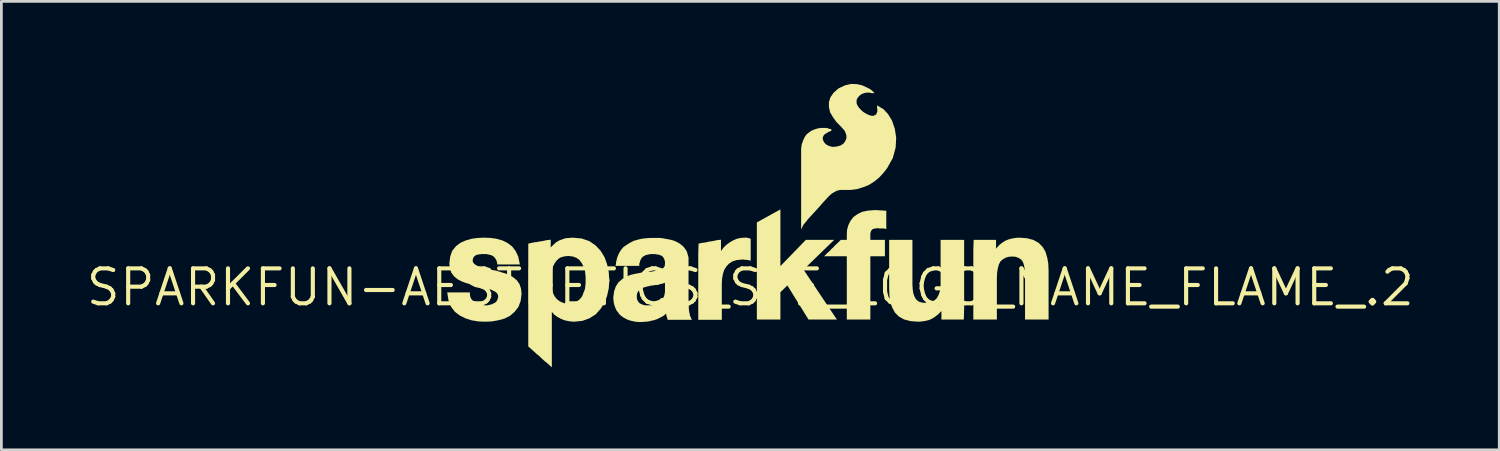
<source format=kicad_pcb>
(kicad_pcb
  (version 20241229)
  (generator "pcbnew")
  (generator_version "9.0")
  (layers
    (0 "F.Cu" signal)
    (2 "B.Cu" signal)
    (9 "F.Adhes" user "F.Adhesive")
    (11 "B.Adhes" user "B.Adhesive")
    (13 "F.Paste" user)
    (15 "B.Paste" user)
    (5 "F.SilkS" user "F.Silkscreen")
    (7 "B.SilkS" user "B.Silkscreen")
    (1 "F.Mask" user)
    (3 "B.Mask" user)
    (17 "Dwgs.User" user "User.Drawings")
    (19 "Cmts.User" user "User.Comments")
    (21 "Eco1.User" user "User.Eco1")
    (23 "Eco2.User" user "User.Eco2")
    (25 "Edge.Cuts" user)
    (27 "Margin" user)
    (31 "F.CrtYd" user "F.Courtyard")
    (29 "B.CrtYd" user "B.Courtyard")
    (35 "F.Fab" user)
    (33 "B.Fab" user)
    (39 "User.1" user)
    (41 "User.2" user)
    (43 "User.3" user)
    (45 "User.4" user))
  (footprint "SPARKFUN-AESTHETICS_SFE_LOGO_NAME_FLAME_.2"
    (layer "F.Cu")
    (at 24.228 7.397)
    (property "Reference" "SPARKFUN-AESTHETICS_SFE_LOGO_NAME_FLAME_.2" (at 0 0 0) (layer "F.SilkS") (effects (font (size 1.27 1.27) (thickness 0.15))))
    (fp_poly (pts (xy -5.123 -0.286) (xy -5.146 0.037) (xy -5.207 0.312) (xy -5.313 0.593) (xy -6.071 0.231) (xy -6.011 0.053) (xy -5.992 -0.102) (xy -5.98 -0.308)) (stroke (width 0) (type default)) (fill yes) (layer "F.SilkS"))
    (fp_poly (pts (xy 1.094 -0.773) (xy 2.02 -1.727) (xy 3.05 -1.727) (xy 1.935 -0.644) (xy 3.147 1.169) (xy 2.115 1.169) (xy 1.348 -0.069) (xy 1.094 0.177) (xy 1.094 1.169) (xy 0.238 1.169) (xy 0.238 -2.362) (xy 1.094 -2.834)) (stroke (width 0) (type default)) (fill yes) (layer "F.SilkS"))
    (fp_poly (pts (xy -3.337 -0.091) (xy -3.429 -0.091) (xy -3.466 -0.082) (xy -3.52 -0.071) (xy -3.56 -0.071) (xy -3.656 -0.052) (xy -3.696 -0.042) (xy -3.746 -0.032) (xy -3.859 -0.004) (xy -4.035 -0.522) (xy -3.808 -0.547) (xy -3.639 -0.567) (xy -3.444 -0.591)) (stroke (width 0) (type default)) (fill yes) (layer "F.SilkS"))
    (fp_poly (pts (xy -0.105 -1.797) (xy -0.088 -1.797) (xy -0.058 -1.787) (xy -0.035 -1.787) (xy 0.014 -1.763) (xy 0.014 -0.966) (xy -0.06 -0.991) (xy -0.089 -0.991) (xy -0.129 -1.001) (xy -0.199 -1.001) (xy -0.239 -1.011) (xy -0.302 -1.011) (xy -0.496 -0.991) (xy -0.648 -0.944) (xy -0.779 -0.86) (xy -0.873 -0.756) (xy -0.949 -0.633) (xy -0.997 -0.48) (xy -1.026 -0.315) (xy -1.036 -0.138) (xy -1.036 1.179) (xy -1.892 1.179) (xy -1.892 -1.22) (xy -1.881 -1.59) (xy -1.76 -1.617) (xy -1.66 -1.627) (xy -1.48 -1.667) (xy -1.39 -1.677) (xy -1.302 -1.696) (xy -1.2 -1.717) (xy -1.066 -1.732) (xy -1.066 -1.32) (xy -0.983 -1.434) (xy -0.879 -1.538) (xy -0.755 -1.631) (xy -0.632 -1.703) (xy -0.496 -1.765) (xy -0.349 -1.797) (xy -0.195 -1.807) (xy -0.125 -1.807)) (stroke (width 0) (type default)) (fill yes) (layer "F.SilkS"))
    (fp_poly (pts (xy 5.894 -0.1) (xy 5.904 0.067) (xy 5.923 0.202) (xy 5.961 0.316) (xy 6.008 0.41) (xy 6.062 0.472) (xy 6.142 0.526) (xy 6.243 0.553) (xy 6.356 0.563) (xy 6.499 0.553) (xy 6.611 0.516) (xy 6.713 0.46) (xy 6.785 0.388) (xy 6.841 0.285) (xy 6.889 0.151) (xy 6.918 -0.012) (xy 6.918 -1.727) (xy 7.774 -1.727) (xy 7.774 0.782) (xy 7.763 1.169) (xy 6.948 1.169) (xy 6.948 0.858) (xy 6.935 0.876) (xy 6.831 0.979) (xy 6.728 1.062) (xy 6.614 1.135) (xy 6.499 1.187) (xy 6.374 1.218) (xy 6.24 1.239) (xy 6.116 1.249) (xy 5.83 1.229) (xy 5.592 1.167) (xy 5.403 1.062) (xy 5.255 0.914) (xy 5.161 0.736) (xy 5.089 0.53) (xy 5.058 0.304) (xy 5.048 0.052) (xy 5.048 -1.727) (xy 5.894 -1.727)) (stroke (width 0) (type default)) (fill yes) (layer "F.SilkS"))
    (fp_poly (pts (xy 10.052 -1.787) (xy 10.29 -1.725) (xy 10.479 -1.62) (xy 10.626 -1.473) (xy 10.731 -1.294) (xy 10.793 -1.088) (xy 10.834 -0.863) (xy 10.844 -0.61) (xy 10.844 1.169) (xy 9.988 1.169) (xy 9.988 -0.458) (xy 9.978 -0.625) (xy 9.959 -0.762) (xy 9.93 -0.876) (xy 9.885 -0.966) (xy 9.823 -1.028) (xy 9.74 -1.075) (xy 9.647 -1.111) (xy 9.526 -1.121) (xy 9.393 -1.111) (xy 9.272 -1.074) (xy 9.179 -1.018) (xy 9.096 -0.945) (xy 9.041 -0.844) (xy 9.003 -0.71) (xy 8.974 -0.545) (xy 8.964 -0.348) (xy 8.964 1.169) (xy 8.108 1.169) (xy 8.108 -1.34) (xy 8.119 -1.727) (xy 8.934 -1.727) (xy 8.934 -1.402) (xy 8.956 -1.433) (xy 9.05 -1.537) (xy 9.154 -1.62) (xy 9.268 -1.693) (xy 9.394 -1.745) (xy 9.518 -1.776) (xy 9.641 -1.797) (xy 9.766 -1.807)) (stroke (width 0) (type default)) (fill yes) (layer "F.SilkS"))
    (fp_poly (pts (xy 4.7 -2.797) (xy 4.81 -2.797) (xy 4.86 -2.787) (xy 4.944 -2.787) (xy 4.944 -2.12) (xy 4.861 -2.141) (xy 4.68 -2.141) (xy 4.65 -2.151) (xy 4.619 -2.151) (xy 4.552 -2.141) (xy 4.495 -2.132) (xy 4.447 -2.116) (xy 4.415 -2.084) (xy 4.39 -2.051) (xy 4.373 -2) (xy 4.364 -1.936) (xy 4.364 -1.727) (xy 4.894 -1.727) (xy 4.894 -1.131) (xy 4.364 -1.131) (xy 4.364 1.169) (xy 3.508 1.169) (xy 3.508 -1.131) (xy 2.684 -1.131) (xy 2.82 -1.267) (xy 2.889 -1.326) (xy 2.949 -1.396) (xy 3.019 -1.456) (xy 3.079 -1.526) (xy 3.15 -1.587) (xy 3.29 -1.727) (xy 3.508 -1.727) (xy 3.508 -1.91) (xy 3.518 -2.096) (xy 3.57 -2.273) (xy 3.644 -2.419) (xy 3.749 -2.557) (xy 3.896 -2.662) (xy 4.063 -2.745) (xy 4.26 -2.787) (xy 4.494 -2.807) (xy 4.65 -2.807)) (stroke (width 0) (type default)) (fill yes) (layer "F.SilkS"))
    (fp_poly (pts (xy -6.136 -1.777) (xy -5.857 -1.683) (xy -5.629 -1.528) (xy -5.444 -1.332) (xy -5.299 -1.096) (xy -5.207 -0.839) (xy -5.146 -0.554) (xy -5.123 -0.21) (xy -5.98 -0.232) (xy -5.992 -0.436) (xy -6.011 -0.601) (xy -6.059 -0.744) (xy -6.127 -0.879) (xy -6.211 -0.992) (xy -6.322 -1.075) (xy -6.453 -1.122) (xy -6.624 -1.141) (xy -6.786 -1.122) (xy -6.925 -1.075) (xy -7.026 -0.992) (xy -7.111 -0.879) (xy -7.178 -0.745) (xy -7.217 -0.601) (xy -7.246 -0.435) (xy -7.256 -0.269) (xy -7.246 -0.104) (xy -7.217 0.053) (xy -7.178 0.197) (xy -7.112 0.33) (xy -7.027 0.433) (xy -6.915 0.517) (xy -6.775 0.574) (xy -6.614 0.593) (xy -6.444 0.574) (xy -6.313 0.518) (xy -6.201 0.433) (xy -6.117 0.331) (xy -6.043 0.159) (xy -5.279 0.525) (xy -5.444 0.784) (xy -5.619 0.98) (xy -5.847 1.125) (xy -6.105 1.218) (xy -6.403 1.249) (xy -6.539 1.239) (xy -6.662 1.218) (xy -6.787 1.187) (xy -6.901 1.135) (xy -7.014 1.073) (xy -7.12 1) (xy -7.203 0.906) (xy -7.216 0.89) (xy -7.216 2.907) (xy -7.379 2.76) (xy -7.479 2.68) (xy -7.58 2.589) (xy -7.669 2.499) (xy -7.769 2.42) (xy -7.869 2.329) (xy -7.869 2.329) (xy -7.959 2.249) (xy -8.072 2.148) (xy -8.072 -1.59) (xy -7.86 -1.637) (xy -7.76 -1.647) (xy -7.67 -1.667) (xy -7.58 -1.677) (xy -7.492 -1.696) (xy -7.39 -1.717) (xy -7.256 -1.732) (xy -7.256 -1.446) (xy -7.243 -1.464) (xy -7.15 -1.557) (xy -7.057 -1.64) (xy -6.95 -1.704) (xy -6.837 -1.745) (xy -6.712 -1.787) (xy -6.577 -1.797) (xy -6.454 -1.807)) (stroke (width 0) (type default)) (fill yes) (layer "F.SilkS"))
    (fp_poly (pts (xy -9.44 -1.797) (xy -9.226 -1.766) (xy -9.01 -1.705) (xy -8.824 -1.612) (xy -8.657 -1.486) (xy -8.531 -1.319) (xy -8.438 -1.121) (xy -8.377 -0.831) (xy -9.195 -0.831) (xy -9.22 -0.957) (xy -9.257 -1.029) (xy -9.302 -1.093) (xy -9.355 -1.137) (xy -9.427 -1.173) (xy -9.598 -1.211) (xy -9.762 -1.211) (xy -9.839 -1.201) (xy -9.906 -1.192) (xy -9.968 -1.174) (xy -10.02 -1.139) (xy -10.053 -1.106) (xy -10.078 -1.056) (xy -10.095 -0.988) (xy -10.079 -0.906) (xy -10.028 -0.848) (xy -9.945 -0.792) (xy -9.84 -0.745) (xy -9.715 -0.706) (xy -9.566 -0.676) (xy -9.406 -0.636) (xy -9.235 -0.606) (xy -9.073 -0.555) (xy -8.902 -0.505) (xy -8.747 -0.443) (xy -8.612 -0.36) (xy -8.486 -0.255) (xy -8.39 -0.116) (xy -8.337 0.043) (xy -8.316 0.231) (xy -8.347 0.49) (xy -8.43 0.71) (xy -8.566 0.887) (xy -8.733 1.033) (xy -8.94 1.137) (xy -9.166 1.198) (xy -9.4 1.239) (xy -9.644 1.249) (xy -9.888 1.239) (xy -10.133 1.198) (xy -10.358 1.126) (xy -10.564 1.023) (xy -10.741 0.888) (xy -10.877 0.71) (xy -10.971 0.481) (xy -11.019 0.183) (xy -10.199 0.183) (xy -10.187 0.322) (xy -10.15 0.412) (xy -10.096 0.485) (xy -10.022 0.55) (xy -9.939 0.596) (xy -9.845 0.624) (xy -9.749 0.643) (xy -9.632 0.653) (xy -9.558 0.653) (xy -9.473 0.634) (xy -9.397 0.615) (xy -9.322 0.577) (xy -9.259 0.541) (xy -9.207 0.481) (xy -9.181 0.41) (xy -9.163 0.332) (xy -9.18 0.265) (xy -9.213 0.207) (xy -9.284 0.154) (xy -9.38 0.106) (xy -9.496 0.057) (xy -9.643 0.018) (xy -9.823 -0.022) (xy -10.184 -0.112) (xy -10.356 -0.163) (xy -10.51 -0.224) (xy -10.645 -0.297) (xy -10.772 -0.403) (xy -10.868 -0.531) (xy -10.921 -0.68) (xy -10.942 -0.859) (xy -10.911 -1.118) (xy -10.838 -1.328) (xy -10.701 -1.497) (xy -10.533 -1.622) (xy -10.347 -1.705) (xy -10.132 -1.766) (xy -9.907 -1.797) (xy -9.674 -1.807)) (stroke (width 0) (type default)) (fill yes) (layer "F.SilkS"))
    (fp_poly (pts (xy 3.881 -7.387) (xy 4.068 -7.345) (xy 4.223 -7.273) (xy 4.346 -7.212) (xy 4.431 -7.148) (xy 4.518 -7.061) (xy 4.411 -7.061) (xy 4.368 -7.072) (xy 4.313 -7.081) (xy 4.248 -7.081) (xy 4.174 -7.072) (xy 4.091 -7.044) (xy 4.017 -7.007) (xy 3.953 -6.952) (xy 3.907 -6.897) (xy 3.881 -6.853) (xy 3.864 -6.803) (xy 3.864 -6.695) (xy 3.881 -6.645) (xy 3.918 -6.58) (xy 3.965 -6.514) (xy 4.081 -6.398) (xy 4.147 -6.351) (xy 4.214 -6.313) (xy 4.291 -6.274) (xy 4.365 -6.246) (xy 4.429 -6.237) (xy 4.478 -6.237) (xy 4.536 -6.262) (xy 4.576 -6.294) (xy 4.601 -6.344) (xy 4.618 -6.395) (xy 4.618 -6.493) (xy 4.608 -6.523) (xy 4.608 -6.616) (xy 4.84 -6.479) (xy 5.006 -6.302) (xy 5.151 -6.065) (xy 5.253 -5.768) (xy 5.304 -5.441) (xy 5.284 -5.083) (xy 5.182 -4.705) (xy 4.978 -4.338) (xy 4.835 -4.154) (xy 4.682 -3.991) (xy 4.508 -3.848) (xy 4.313 -3.725) (xy 4.109 -3.643) (xy 3.884 -3.572) (xy 3.638 -3.541) (xy 3.261 -3.541) (xy 3.149 -3.513) (xy 3.055 -3.466) (xy 2.949 -3.399) (xy 2.853 -3.312) (xy 2.754 -3.203) (xy 2.634 -3.074) (xy 2.514 -2.934) (xy 2.394 -2.803) (xy 2.394 -2.803) (xy 2.174 -2.563) (xy 2.085 -2.465) (xy 2.016 -2.375) (xy 1.956 -2.305) (xy 1.929 -2.269) (xy 1.848 -2.108) (xy 1.848 -5.031) (xy 1.869 -5.198) (xy 1.921 -5.343) (xy 1.973 -5.458) (xy 2.048 -5.566) (xy 2.144 -5.64) (xy 2.238 -5.703) (xy 2.343 -5.745) (xy 2.447 -5.776) (xy 2.563 -5.797) (xy 2.739 -5.797) (xy 2.816 -5.786) (xy 2.869 -5.765) (xy 2.892 -5.757) (xy 2.944 -5.757) (xy 2.944 -5.681) (xy 2.908 -5.681) (xy 2.882 -5.664) (xy 2.843 -5.654) (xy 2.807 -5.627) (xy 2.71 -5.569) (xy 2.676 -5.535) (xy 2.651 -5.493) (xy 2.634 -5.443) (xy 2.634 -5.385) (xy 2.651 -5.335) (xy 2.687 -5.271) (xy 2.732 -5.217) (xy 2.795 -5.172) (xy 2.879 -5.135) (xy 2.98 -5.107) (xy 3.13 -5.117) (xy 3.271 -5.154) (xy 3.38 -5.218) (xy 3.453 -5.318) (xy 3.497 -5.425) (xy 3.488 -5.55) (xy 3.433 -5.689) (xy 3.308 -5.833) (xy 3.137 -6.004) (xy 3.004 -6.188) (xy 2.9 -6.365) (xy 2.858 -6.555) (xy 2.858 -6.735) (xy 2.911 -6.906) (xy 3.027 -7.074) (xy 3.205 -7.231) (xy 3.443 -7.345) (xy 3.673 -7.397)) (stroke (width 0) (type default)) (fill yes) (layer "F.SilkS"))
    (fp_poly (pts (xy -3.199 -1.787) (xy -2.977 -1.746) (xy -2.875 -1.726) (xy -2.771 -1.695) (xy -2.677 -1.653) (xy -2.583 -1.601) (xy -2.5 -1.539) (xy -2.426 -1.475) (xy -2.363 -1.391) (xy -2.309 -1.305) (xy -2.277 -1.199) (xy -2.246 -1.084) (xy -2.246 0.607) (xy -2.236 0.657) (xy -2.236 0.787) (xy -2.226 0.837) (xy -2.226 0.876) (xy -2.196 0.996) (xy -2.196 1.025) (xy -2.189 1.044) (xy -2.169 1.074) (xy -2.159 1.106) (xy -2.122 1.179) (xy -3.012 1.179) (xy -3.012 1.137) (xy -3.022 1.127) (xy -3.022 1.1) (xy -3.025 1.094) (xy -3.042 1.077) (xy -3.042 1.037) (xy -3.052 1.027) (xy -3.052 0.98) (xy -3.062 0.96) (xy -3.062 0.953) (xy -3.099 0.989) (xy -3.152 1.032) (xy -3.206 1.064) (xy -3.389 1.156) (xy -3.515 1.198) (xy -3.576 1.208) (xy -3.646 1.228) (xy -3.708 1.239) (xy -3.781 1.249) (xy -3.841 1.249) (xy -3.911 1.259) (xy -4.076 1.259) (xy -4.18 1.249) (xy -4.364 1.208) (xy -4.459 1.176) (xy -4.542 1.135) (xy -4.615 1.093) (xy -4.687 1.041) (xy -4.752 0.987) (xy -4.804 0.914) (xy -4.856 0.852) (xy -4.899 0.766) (xy -4.93 0.683) (xy -4.961 0.579) (xy -4.972 0.485) (xy -4.982 0.37) (xy -4.951 0.142) (xy -4.888 -0.036) (xy -4.793 -0.184) (xy -4.657 -0.3) (xy -4.511 -0.393) (xy -4.345 -0.456) (xy -4.172 -0.496) (xy -3.958 -0.532) (xy -3.785 -0.022) (xy -3.861 -0.003) (xy -3.901 0.017) (xy -3.941 0.027) (xy -3.975 0.044) (xy -4 0.061) (xy -4.054 0.115) (xy -4.091 0.17) (xy -4.108 0.204) (xy -4.117 0.239) (xy -4.126 0.285) (xy -4.126 0.377) (xy -4.117 0.423) (xy -4.108 0.458) (xy -4.091 0.492) (xy -4.054 0.547) (xy -4.03 0.571) (xy -4.005 0.588) (xy -3.969 0.606) (xy -3.939 0.616) (xy -3.901 0.635) (xy -3.866 0.644) (xy -3.82 0.653) (xy -3.588 0.653) (xy -3.492 0.634) (xy -3.418 0.615) (xy -3.352 0.577) (xy -3.297 0.55) (xy -3.252 0.506) (xy -3.177 0.412) (xy -3.159 0.365) (xy -3.13 0.309) (xy -3.102 0.167) (xy -3.102 -0.171) (xy -3.128 -0.154) (xy -3.213 -0.132) (xy -3.244 -0.122) (xy -3.296 -0.112) (xy -3.413 -0.082) (xy -3.519 -0.575) (xy -3.356 -0.625) (xy -3.239 -0.664) (xy -3.16 -0.708) (xy -3.111 -0.773) (xy -3.102 -0.861) (xy -3.102 -0.916) (xy -3.111 -0.971) (xy -3.12 -1.006) (xy -3.157 -1.08) (xy -3.174 -1.105) (xy -3.198 -1.129) (xy -3.223 -1.146) (xy -3.257 -1.163) (xy -3.297 -1.173) (xy -3.333 -1.191) (xy -3.368 -1.191) (xy -3.468 -1.211) (xy -3.611 -1.211) (xy -3.667 -1.202) (xy -3.716 -1.192) (xy -3.756 -1.182) (xy -3.802 -1.173) (xy -3.835 -1.156) (xy -3.865 -1.136) (xy -3.901 -1.118) (xy -3.953 -1.066) (xy -4.008 -0.957) (xy -4.017 -0.908) (xy -4.036 -0.862) (xy -4.036 -0.781) (xy -4.898 -0.781) (xy -4.871 -0.957) (xy -4.84 -1.081) (xy -4.799 -1.185) (xy -4.747 -1.288) (xy -4.684 -1.382) (xy -4.609 -1.468) (xy -4.424 -1.592) (xy -4.332 -1.643) (xy -4.228 -1.695) (xy -4.002 -1.756) (xy -3.879 -1.777) (xy -3.767 -1.787) (xy -3.646 -1.797) (xy -3.302 -1.797)) (stroke (width 0) (type default)) (fill yes) (layer "F.SilkS")))
  (gr_rect
    (start -3 -3)
    (end 51.456 13.304)
    (stroke (width 0.1) (type default))
    (fill no)
    (layer "Edge.Cuts")))
</source>
